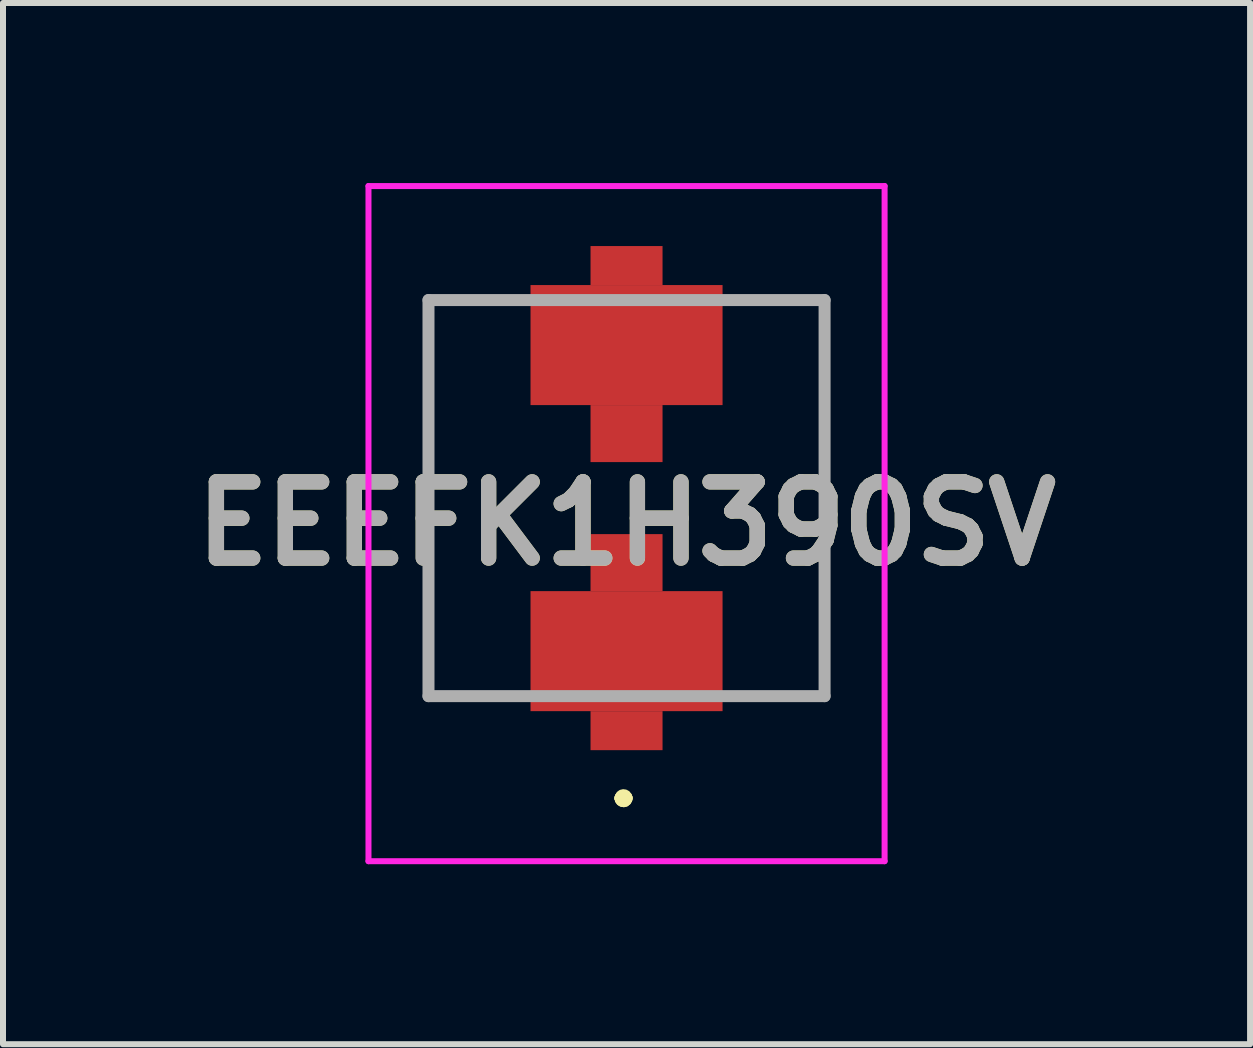
<source format=kicad_pcb>
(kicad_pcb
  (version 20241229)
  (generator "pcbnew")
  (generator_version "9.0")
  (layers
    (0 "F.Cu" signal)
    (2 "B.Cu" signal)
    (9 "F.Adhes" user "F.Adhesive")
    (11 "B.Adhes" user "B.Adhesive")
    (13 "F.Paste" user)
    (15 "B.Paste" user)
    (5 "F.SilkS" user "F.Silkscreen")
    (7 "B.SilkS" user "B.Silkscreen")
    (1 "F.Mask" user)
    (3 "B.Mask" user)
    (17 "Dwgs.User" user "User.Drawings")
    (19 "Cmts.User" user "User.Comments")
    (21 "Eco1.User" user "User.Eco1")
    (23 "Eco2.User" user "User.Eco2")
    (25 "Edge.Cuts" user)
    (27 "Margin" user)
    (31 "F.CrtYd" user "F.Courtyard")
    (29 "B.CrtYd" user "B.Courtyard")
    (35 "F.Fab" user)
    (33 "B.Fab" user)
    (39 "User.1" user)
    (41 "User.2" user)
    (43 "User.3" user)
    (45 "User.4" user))
  (footprint "EEEFK1H390SV"
    (layer "F.Cu")
    (at 7.39 5.25)
    (property "Reference" "EEEFK1H390SV" (at 0 0.425 0) (layer "F.SilkS") (effects (font (size 1.27 1.27) (thickness 0.254))))
    (attr smd)
    (fp_line (start -3.3 -3.3) (end -3.3 -3.3) (stroke (width 0.1) (type solid)) (layer "F.SilkS"))
    (fp_line (start -3.3 -3.3) (end -3.3 -3.3) (stroke (width 0.1) (type solid)) (layer "F.SilkS"))
    (fp_line (start -3.3 -3.3) (end -3.3 3.3) (stroke (width 0.1) (type solid)) (layer "F.SilkS"))
    (fp_line (start -3.3 -3.3) (end -2.54 -3.3) (stroke (width 0.1) (type solid)) (layer "F.SilkS"))
    (fp_line (start -3.3 3.3) (end -3.3 -3.3) (stroke (width 0.1) (type solid)) (layer "F.SilkS"))
    (fp_line (start -3.3 3.3) (end -3.3 3.3) (stroke (width 0.1) (type solid)) (layer "F.SilkS"))
    (fp_line (start -3.3 3.3) (end -3.3 3.3) (stroke (width 0.1) (type solid)) (layer "F.SilkS"))
    (fp_line (start -3.3 3.3) (end -2.54 3.3) (stroke (width 0.1) (type solid)) (layer "F.SilkS"))
    (fp_line (start -2.54 -3.3) (end -3.3 -3.3) (stroke (width 0.1) (type solid)) (layer "F.SilkS"))
    (fp_line (start -2.54 -3.3) (end -2.54 -3.3) (stroke (width 0.1) (type solid)) (layer "F.SilkS"))
    (fp_line (start -2.54 3.3) (end -3.3 3.3) (stroke (width 0.1) (type solid)) (layer "F.SilkS"))
    (fp_line (start -2.54 3.3) (end -2.54 3.3) (stroke (width 0.1) (type solid)) (layer "F.SilkS"))
    (fp_line (start -0.1 5) (end -0.1 5) (stroke (width 0.2) (type solid)) (layer "F.SilkS"))
    (fp_line (start -0.1 5) (end -0.1 5) (stroke (width 0.2) (type solid)) (layer "F.SilkS"))
    (fp_line (start 0 5) (end 0 5) (stroke (width 0.2) (type solid)) (layer "F.SilkS"))
    (fp_line (start 2.54 -3.3) (end 2.54 -3.3) (stroke (width 0.1) (type solid)) (layer "F.SilkS"))
    (fp_line (start 2.54 -3.3) (end 3.3 -3.3) (stroke (width 0.1) (type solid)) (layer "F.SilkS"))
    (fp_line (start 2.54 3.3) (end 2.54 3.3) (stroke (width 0.1) (type solid)) (layer "F.SilkS"))
    (fp_line (start 2.54 3.3) (end 3.3 3.3) (stroke (width 0.1) (type solid)) (layer "F.SilkS"))
    (fp_line (start 3.3 -3.3) (end 2.54 -3.3) (stroke (width 0.1) (type solid)) (layer "F.SilkS"))
    (fp_line (start 3.3 -3.3) (end 3.3 -3.3) (stroke (width 0.1) (type solid)) (layer "F.SilkS"))
    (fp_line (start 3.3 -3.3) (end 3.3 -3.3) (stroke (width 0.1) (type solid)) (layer "F.SilkS"))
    (fp_line (start 3.3 -3.3) (end 3.3 3.3) (stroke (width 0.1) (type solid)) (layer "F.SilkS"))
    (fp_line (start 3.3 3.3) (end 2.54 3.3) (stroke (width 0.1) (type solid)) (layer "F.SilkS"))
    (fp_line (start 3.3 3.3) (end 3.3 -3.3) (stroke (width 0.1) (type solid)) (layer "F.SilkS"))
    (fp_line (start 3.3 3.3) (end 3.3 3.3) (stroke (width 0.1) (type solid)) (layer "F.SilkS"))
    (fp_line (start 3.3 3.3) (end 3.3 3.3) (stroke (width 0.1) (type solid)) (layer "F.SilkS"))
    (fp_arc (start -0.1 5) (mid -0.05 4.95) (end 0 5) (stroke (width 0.2) (type solid)) (layer "F.SilkS"))
    (fp_arc (start 0 5) (mid -0.05 5.05) (end -0.1 5) (stroke (width 0.2) (type solid)) (layer "F.SilkS"))
    (fp_arc (start 0 5) (mid -0.05 5.05) (end -0.1 5) (stroke (width 0.2) (type solid)) (layer "F.SilkS"))
    (fp_line (start -4.3 -5.2) (end 4.3 -5.2) (stroke (width 0.1) (type solid)) (layer "F.CrtYd"))
    (fp_line (start -4.3 6.05) (end -4.3 -5.2) (stroke (width 0.1) (type solid)) (layer "F.CrtYd"))
    (fp_line (start 4.3 -5.2) (end 4.3 6.05) (stroke (width 0.1) (type solid)) (layer "F.CrtYd"))
    (fp_line (start 4.3 6.05) (end -4.3 6.05) (stroke (width 0.1) (type solid)) (layer "F.CrtYd"))
    (fp_line (start -3.3 -3.3) (end -3.3 3.3) (stroke (width 0.2) (type solid)) (layer "F.Fab"))
    (fp_line (start -3.3 3.3) (end 3.3 3.3) (stroke (width 0.2) (type solid)) (layer "F.Fab"))
    (fp_line (start 3.3 -3.3) (end -3.3 -3.3) (stroke (width 0.2) (type solid)) (layer "F.Fab"))
    (fp_line (start 3.3 3.3) (end 3.3 -3.3) (stroke (width 0.2) (type solid)) (layer "F.Fab"))
    (fp_text user "${REFERENCE}" (at 0 0.425 0) (layer "F.Fab") (effects (font (size 1.27 1.27) (thickness 0.254))))
    (pad "1" smd rect (at 0 2.55 90) (size 2 3.2) (layers "F.Cu" "F.Mask" "F.Paste"))
    (pad "2" smd rect (at 0 -2.55 90) (size 2 3.2) (layers "F.Cu" "F.Mask" "F.Paste"))
    (pad "3" smd rect (at 0 3.875 90) (size 0.65 1.2) (layers "F.Cu" "F.Mask" "F.Paste"))
    (pad "4" smd rect (at 0 1.075 90) (size 0.95 1.2) (layers "F.Cu" "F.Mask" "F.Paste"))
    (pad "5" smd rect (at 0 -1.075 90) (size 0.95 1.2) (layers "F.Cu" "F.Mask" "F.Paste"))
    (pad "6" smd rect (at 0 -3.875 90) (size 0.65 1.2) (layers "F.Cu" "F.Mask" "F.Paste")))
  (gr_rect
    (start -3 -3)
    (end 17.78 14.35)
    (stroke (width 0.1) (type default))
    (fill no)
    (layer "Edge.Cuts")))
</source>
